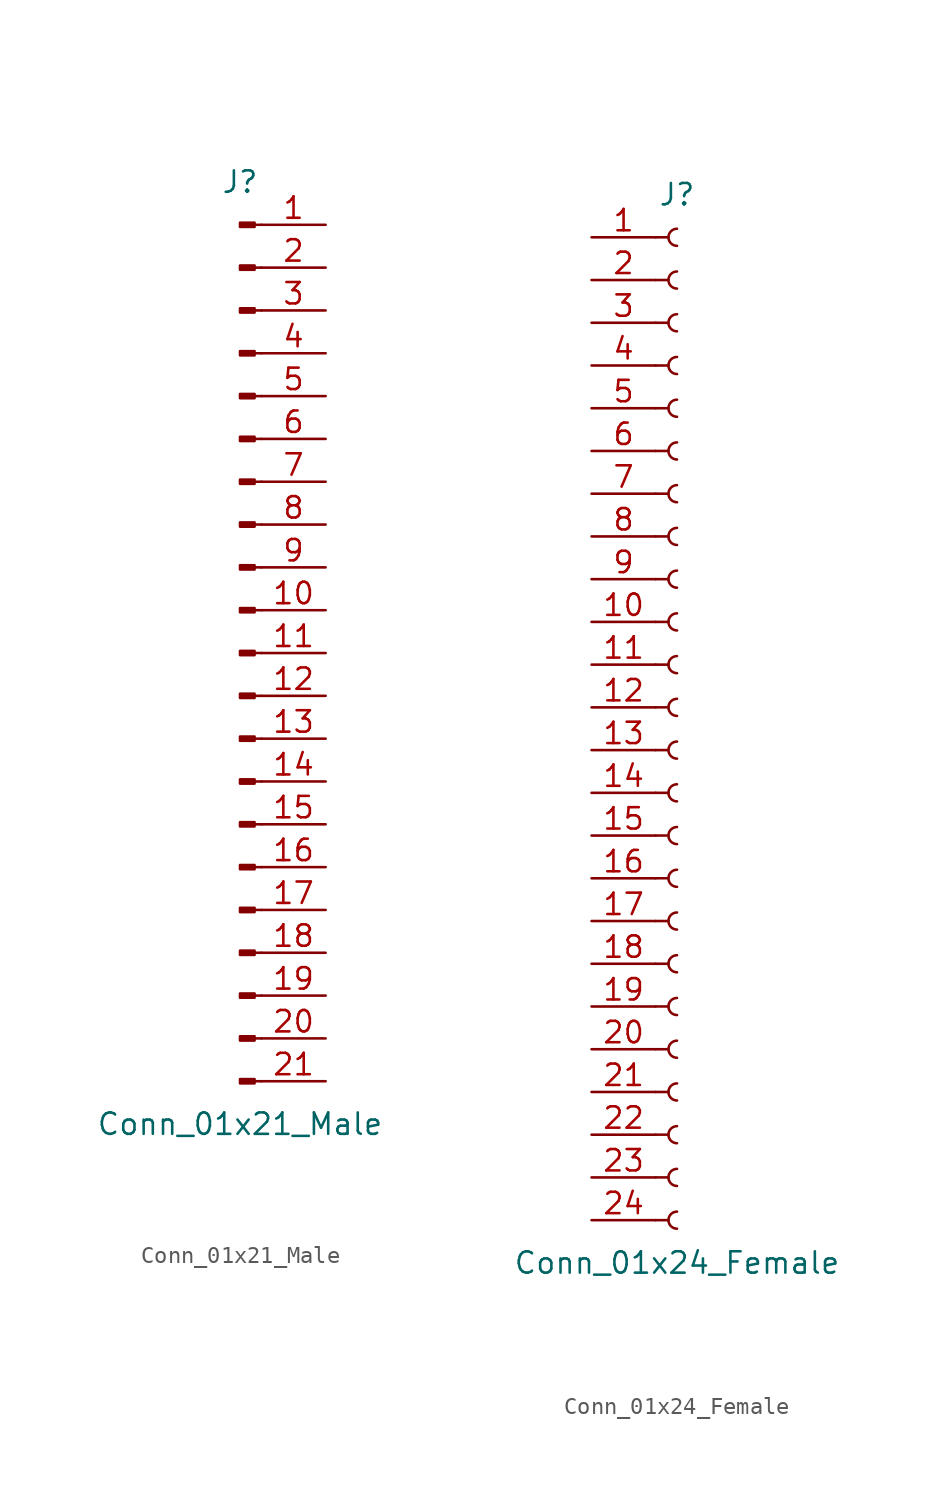
<source format=kicad_sym>
(kicad_symbol_lib
  (version 20201005)
  (generator kicad_symbol_editor)
  (symbol "Conn_01x21_Male"
    (pin_names
      (offset 1.016) hide)
    (property "Reference" "J"
      (at 0 27.94 0)
      (effects (font (size 1.27 1.27))))
    (property "Value" "Conn_01x21_Male"
      (at 0 -27.94 0)
      (effects (font (size 1.27 1.27))))
    (symbol "Conn_01x21_Male_1_1"
      (rectangle (start 0.864 -25.273) (end 0 -25.527) (stroke (width 0.152)) (fill (type outline)))
      (rectangle (start 0.864 -22.733) (end 0 -22.987) (stroke (width 0.152)) (fill (type outline)))
      (rectangle (start 0.864 -20.193) (end 0 -20.447) (stroke (width 0.152)) (fill (type outline)))
      (rectangle (start 0.864 -17.653) (end 0 -17.907) (stroke (width 0.152)) (fill (type outline)))
      (rectangle (start 0.864 -15.113) (end 0 -15.367) (stroke (width 0.152)) (fill (type outline)))
      (rectangle (start 0.864 -12.573) (end 0 -12.827) (stroke (width 0.152)) (fill (type outline)))
      (rectangle (start 0.864 -10.033) (end 0 -10.287) (stroke (width 0.152)) (fill (type outline)))
      (rectangle (start 0.864 -7.493) (end 0 -7.747) (stroke (width 0.152)) (fill (type outline)))
      (rectangle (start 0.864 -4.953) (end 0 -5.207) (stroke (width 0.152)) (fill (type outline)))
      (rectangle (start 0.864 -2.413) (end 0 -2.667) (stroke (width 0.152)) (fill (type outline)))
      (rectangle (start 0.864 0.127) (end 0 -0.127) (stroke (width 0.152)) (fill (type outline)))
      (rectangle (start 0.864 2.667) (end 0 2.413) (stroke (width 0.152)) (fill (type outline)))
      (rectangle (start 0.864 5.207) (end 0 4.953) (stroke (width 0.152)) (fill (type outline)))
      (rectangle (start 0.864 7.747) (end 0 7.493) (stroke (width 0.152)) (fill (type outline)))
      (rectangle (start 0.864 10.287) (end 0 10.033) (stroke (width 0.152)) (fill (type outline)))
      (rectangle (start 0.864 12.827) (end 0 12.573) (stroke (width 0.152)) (fill (type outline)))
      (rectangle (start 0.864 15.367) (end 0 15.113) (stroke (width 0.152)) (fill (type outline)))
      (rectangle (start 0.864 17.907) (end 0 17.653) (stroke (width 0.152)) (fill (type outline)))
      (rectangle (start 0.864 20.447) (end 0 20.193) (stroke (width 0.152)) (fill (type outline)))
      (rectangle (start 0.864 22.987) (end 0 22.733) (stroke (width 0.152)) (fill (type outline)))
      (rectangle (start 0.864 25.527) (end 0 25.273) (stroke (width 0.152)) (fill (type outline)))
      (polyline (pts (xy 1.27 -25.4) (xy 0.864 -25.4)) (stroke (width 0.152)) (fill (type none)))
      (polyline (pts (xy 1.27 -22.86) (xy 0.864 -22.86)) (stroke (width 0.152)) (fill (type none)))
      (polyline (pts (xy 1.27 -20.32) (xy 0.864 -20.32)) (stroke (width 0.152)) (fill (type none)))
      (polyline (pts (xy 1.27 -17.78) (xy 0.864 -17.78)) (stroke (width 0.152)) (fill (type none)))
      (polyline (pts (xy 1.27 -15.24) (xy 0.864 -15.24)) (stroke (width 0.152)) (fill (type none)))
      (polyline (pts (xy 1.27 -12.7) (xy 0.864 -12.7)) (stroke (width 0.152)) (fill (type none)))
      (polyline (pts (xy 1.27 -10.16) (xy 0.864 -10.16)) (stroke (width 0.152)) (fill (type none)))
      (polyline (pts (xy 1.27 -7.62) (xy 0.864 -7.62)) (stroke (width 0.152)) (fill (type none)))
      (polyline (pts (xy 1.27 -5.08) (xy 0.864 -5.08)) (stroke (width 0.152)) (fill (type none)))
      (polyline (pts (xy 1.27 -2.54) (xy 0.864 -2.54)) (stroke (width 0.152)) (fill (type none)))
      (polyline (pts (xy 1.27 0) (xy 0.864 0)) (stroke (width 0.152)) (fill (type none)))
      (polyline (pts (xy 1.27 2.54) (xy 0.864 2.54)) (stroke (width 0.152)) (fill (type none)))
      (polyline (pts (xy 1.27 5.08) (xy 0.864 5.08)) (stroke (width 0.152)) (fill (type none)))
      (polyline (pts (xy 1.27 7.62) (xy 0.864 7.62)) (stroke (width 0.152)) (fill (type none)))
      (polyline (pts (xy 1.27 10.16) (xy 0.864 10.16)) (stroke (width 0.152)) (fill (type none)))
      (polyline (pts (xy 1.27 12.7) (xy 0.864 12.7)) (stroke (width 0.152)) (fill (type none)))
      (polyline (pts (xy 1.27 15.24) (xy 0.864 15.24)) (stroke (width 0.152)) (fill (type none)))
      (polyline (pts (xy 1.27 17.78) (xy 0.864 17.78)) (stroke (width 0.152)) (fill (type none)))
      (polyline (pts (xy 1.27 20.32) (xy 0.864 20.32)) (stroke (width 0.152)) (fill (type none)))
      (polyline (pts (xy 1.27 22.86) (xy 0.864 22.86)) (stroke (width 0.152)) (fill (type none)))
      (polyline (pts (xy 1.27 25.4) (xy 0.864 25.4)) (stroke (width 0.152)) (fill (type none)))
      (pin passive line (at 5.08 25.4 180) (length 3.81) (name "Pin_1" (effects (font (size 1.27 1.27)))) (number "1" (effects (font (size 1.27 1.27)))))
      (pin passive line (at 5.08 2.54 180) (length 3.81) (name "Pin_10" (effects (font (size 1.27 1.27)))) (number "10" (effects (font (size 1.27 1.27)))))
      (pin passive line (at 5.08 0 180) (length 3.81) (name "Pin_11" (effects (font (size 1.27 1.27)))) (number "11" (effects (font (size 1.27 1.27)))))
      (pin passive line (at 5.08 -2.54 180) (length 3.81) (name "Pin_12" (effects (font (size 1.27 1.27)))) (number "12" (effects (font (size 1.27 1.27)))))
      (pin passive line (at 5.08 -5.08 180) (length 3.81) (name "Pin_13" (effects (font (size 1.27 1.27)))) (number "13" (effects (font (size 1.27 1.27)))))
      (pin passive line (at 5.08 -7.62 180) (length 3.81) (name "Pin_14" (effects (font (size 1.27 1.27)))) (number "14" (effects (font (size 1.27 1.27)))))
      (pin passive line (at 5.08 -10.16 180) (length 3.81) (name "Pin_15" (effects (font (size 1.27 1.27)))) (number "15" (effects (font (size 1.27 1.27)))))
      (pin passive line (at 5.08 -12.7 180) (length 3.81) (name "Pin_16" (effects (font (size 1.27 1.27)))) (number "16" (effects (font (size 1.27 1.27)))))
      (pin passive line (at 5.08 -15.24 180) (length 3.81) (name "Pin_17" (effects (font (size 1.27 1.27)))) (number "17" (effects (font (size 1.27 1.27)))))
      (pin passive line (at 5.08 -17.78 180) (length 3.81) (name "Pin_18" (effects (font (size 1.27 1.27)))) (number "18" (effects (font (size 1.27 1.27)))))
      (pin passive line (at 5.08 -20.32 180) (length 3.81) (name "Pin_19" (effects (font (size 1.27 1.27)))) (number "19" (effects (font (size 1.27 1.27)))))
      (pin passive line (at 5.08 22.86 180) (length 3.81) (name "Pin_2" (effects (font (size 1.27 1.27)))) (number "2" (effects (font (size 1.27 1.27)))))
      (pin passive line (at 5.08 -22.86 180) (length 3.81) (name "Pin_20" (effects (font (size 1.27 1.27)))) (number "20" (effects (font (size 1.27 1.27)))))
      (pin passive line (at 5.08 -25.4 180) (length 3.81) (name "Pin_21" (effects (font (size 1.27 1.27)))) (number "21" (effects (font (size 1.27 1.27)))))
      (pin passive line (at 5.08 20.32 180) (length 3.81) (name "Pin_3" (effects (font (size 1.27 1.27)))) (number "3" (effects (font (size 1.27 1.27)))))
      (pin passive line (at 5.08 17.78 180) (length 3.81) (name "Pin_4" (effects (font (size 1.27 1.27)))) (number "4" (effects (font (size 1.27 1.27)))))
      (pin passive line (at 5.08 15.24 180) (length 3.81) (name "Pin_5" (effects (font (size 1.27 1.27)))) (number "5" (effects (font (size 1.27 1.27)))))
      (pin passive line (at 5.08 12.7 180) (length 3.81) (name "Pin_6" (effects (font (size 1.27 1.27)))) (number "6" (effects (font (size 1.27 1.27)))))
      (pin passive line (at 5.08 10.16 180) (length 3.81) (name "Pin_7" (effects (font (size 1.27 1.27)))) (number "7" (effects (font (size 1.27 1.27)))))
      (pin passive line (at 5.08 7.62 180) (length 3.81) (name "Pin_8" (effects (font (size 1.27 1.27)))) (number "8" (effects (font (size 1.27 1.27)))))
      (pin passive line (at 5.08 5.08 180) (length 3.81) (name "Pin_9" (effects (font (size 1.27 1.27)))) (number "9" (effects (font (size 1.27 1.27)))))))
  (symbol "Conn_01x24_Female"
    (pin_names
      (offset 1.016) hide)
    (property "Reference" "J"
      (at 0 30.48 0)
      (effects (font (size 1.27 1.27))))
    (property "Value" "Conn_01x24_Female"
      (at 0 -33.02 0)
      (effects (font (size 1.27 1.27))))
    (symbol "Conn_01x24_Female_1_1"
      (arc (start 0 -29.972) (end 0 -30.988) (radius (at 0 -30.48) (length 0.508) (angles 90.1 -90.1)) (stroke (width 0.1524)) (fill (type none)))
      (arc (start 0 -27.432) (end 0 -28.448) (radius (at 0 -27.94) (length 0.508) (angles 90.1 -90.1)) (stroke (width 0.1524)) (fill (type none)))
      (arc (start 0 -24.892) (end 0 -25.908) (radius (at 0 -25.4) (length 0.508) (angles 90.1 -90.1)) (stroke (width 0.1524)) (fill (type none)))
      (arc (start 0 -22.352) (end 0 -23.368) (radius (at 0 -22.86) (length 0.508) (angles 90.1 -90.1)) (stroke (width 0.1524)) (fill (type none)))
      (arc (start 0 -19.812) (end 0 -20.828) (radius (at 0 -20.32) (length 0.508) (angles 90.1 -90.1)) (stroke (width 0.1524)) (fill (type none)))
      (arc (start 0 -17.272) (end 0 -18.288) (radius (at 0 -17.78) (length 0.508) (angles 90.1 -90.1)) (stroke (width 0.1524)) (fill (type none)))
      (arc (start 0 -14.732) (end 0 -15.748) (radius (at 0 -15.24) (length 0.508) (angles 90.1 -90.1)) (stroke (width 0.1524)) (fill (type none)))
      (arc (start 0 -12.192) (end 0 -13.208) (radius (at 0 -12.7) (length 0.508) (angles 90.1 -90.1)) (stroke (width 0.1524)) (fill (type none)))
      (arc (start 0 -9.652) (end 0 -10.668) (radius (at 0 -10.16) (length 0.508) (angles 90.1 -90.1)) (stroke (width 0.1524)) (fill (type none)))
      (arc (start 0 -7.112) (end 0 -8.128) (radius (at 0 -7.62) (length 0.508) (angles 90.1 -90.1)) (stroke (width 0.1524)) (fill (type none)))
      (arc (start 0 -4.572) (end 0 -5.588) (radius (at 0 -5.08) (length 0.508) (angles 90.1 -90.1)) (stroke (width 0.1524)) (fill (type none)))
      (arc (start 0 -2.032) (end 0 -3.048) (radius (at 0 -2.54) (length 0.508) (angles 90.1 -90.1)) (stroke (width 0.1524)) (fill (type none)))
      (arc (start 0 0.508) (end 0 -0.508) (radius (at 0 0) (length 0.508) (angles 90.1 -90.1)) (stroke (width 0.1524)) (fill (type none)))
      (arc (start 0 3.048) (end 0 2.032) (radius (at 0 2.54) (length 0.508) (angles 90.1 -90.1)) (stroke (width 0.1524)) (fill (type none)))
      (arc (start 0 5.588) (end 0 4.572) (radius (at 0 5.08) (length 0.508) (angles 90.1 -90.1)) (stroke (width 0.1524)) (fill (type none)))
      (arc (start 0 8.128) (end 0 7.112) (radius (at 0 7.62) (length 0.508) (angles 90.1 -90.1)) (stroke (width 0.1524)) (fill (type none)))
      (arc (start 0 10.668) (end 0 9.652) (radius (at 0 10.16) (length 0.508) (angles 90.1 -90.1)) (stroke (width 0.1524)) (fill (type none)))
      (arc (start 0 13.208) (end 0 12.192) (radius (at 0 12.7) (length 0.508) (angles 90.1 -90.1)) (stroke (width 0.1524)) (fill (type none)))
      (arc (start 0 15.748) (end 0 14.732) (radius (at 0 15.24) (length 0.508) (angles 90.1 -90.1)) (stroke (width 0.1524)) (fill (type none)))
      (arc (start 0 18.288) (end 0 17.272) (radius (at 0 17.78) (length 0.508) (angles 90.1 -90.1)) (stroke (width 0.1524)) (fill (type none)))
      (arc (start 0 20.828) (end 0 19.812) (radius (at 0 20.32) (length 0.508) (angles 90.1 -90.1)) (stroke (width 0.1524)) (fill (type none)))
      (arc (start 0 23.368) (end 0 22.352) (radius (at 0 22.86) (length 0.508) (angles 90.1 -90.1)) (stroke (width 0.1524)) (fill (type none)))
      (arc (start 0 25.908) (end 0 24.892) (radius (at 0 25.4) (length 0.508) (angles 90.1 -90.1)) (stroke (width 0.1524)) (fill (type none)))
      (arc (start 0 28.448) (end 0 27.432) (radius (at 0 27.94) (length 0.508) (angles 90.1 -90.1)) (stroke (width 0.1524)) (fill (type none)))
      (polyline (pts (xy -1.27 -30.48) (xy -0.508 -30.48)) (stroke (width 0.152)) (fill (type none)))
      (polyline (pts (xy -1.27 -27.94) (xy -0.508 -27.94)) (stroke (width 0.152)) (fill (type none)))
      (polyline (pts (xy -1.27 -25.4) (xy -0.508 -25.4)) (stroke (width 0.152)) (fill (type none)))
      (polyline (pts (xy -1.27 -22.86) (xy -0.508 -22.86)) (stroke (width 0.152)) (fill (type none)))
      (polyline (pts (xy -1.27 -20.32) (xy -0.508 -20.32)) (stroke (width 0.152)) (fill (type none)))
      (polyline (pts (xy -1.27 -17.78) (xy -0.508 -17.78)) (stroke (width 0.152)) (fill (type none)))
      (polyline (pts (xy -1.27 -15.24) (xy -0.508 -15.24)) (stroke (width 0.152)) (fill (type none)))
      (polyline (pts (xy -1.27 -12.7) (xy -0.508 -12.7)) (stroke (width 0.152)) (fill (type none)))
      (polyline (pts (xy -1.27 -10.16) (xy -0.508 -10.16)) (stroke (width 0.152)) (fill (type none)))
      (polyline (pts (xy -1.27 -7.62) (xy -0.508 -7.62)) (stroke (width 0.152)) (fill (type none)))
      (polyline (pts (xy -1.27 -5.08) (xy -0.508 -5.08)) (stroke (width 0.152)) (fill (type none)))
      (polyline (pts (xy -1.27 -2.54) (xy -0.508 -2.54)) (stroke (width 0.152)) (fill (type none)))
      (polyline (pts (xy -1.27 0) (xy -0.508 0)) (stroke (width 0.152)) (fill (type none)))
      (polyline (pts (xy -1.27 2.54) (xy -0.508 2.54)) (stroke (width 0.152)) (fill (type none)))
      (polyline (pts (xy -1.27 5.08) (xy -0.508 5.08)) (stroke (width 0.152)) (fill (type none)))
      (polyline (pts (xy -1.27 7.62) (xy -0.508 7.62)) (stroke (width 0.152)) (fill (type none)))
      (polyline (pts (xy -1.27 10.16) (xy -0.508 10.16)) (stroke (width 0.152)) (fill (type none)))
      (polyline (pts (xy -1.27 12.7) (xy -0.508 12.7)) (stroke (width 0.152)) (fill (type none)))
      (polyline (pts (xy -1.27 15.24) (xy -0.508 15.24)) (stroke (width 0.152)) (fill (type none)))
      (polyline (pts (xy -1.27 17.78) (xy -0.508 17.78)) (stroke (width 0.152)) (fill (type none)))
      (polyline (pts (xy -1.27 20.32) (xy -0.508 20.32)) (stroke (width 0.152)) (fill (type none)))
      (polyline (pts (xy -1.27 22.86) (xy -0.508 22.86)) (stroke (width 0.152)) (fill (type none)))
      (polyline (pts (xy -1.27 25.4) (xy -0.508 25.4)) (stroke (width 0.152)) (fill (type none)))
      (polyline (pts (xy -1.27 27.94) (xy -0.508 27.94)) (stroke (width 0.152)) (fill (type none)))
      (pin passive line (at -5.08 27.94 0) (length 3.81) (name "Pin_1" (effects (font (size 1.27 1.27)))) (number "1" (effects (font (size 1.27 1.27)))))
      (pin passive line (at -5.08 5.08 0) (length 3.81) (name "Pin_10" (effects (font (size 1.27 1.27)))) (number "10" (effects (font (size 1.27 1.27)))))
      (pin passive line (at -5.08 2.54 0) (length 3.81) (name "Pin_11" (effects (font (size 1.27 1.27)))) (number "11" (effects (font (size 1.27 1.27)))))
      (pin passive line (at -5.08 0 0) (length 3.81) (name "Pin_12" (effects (font (size 1.27 1.27)))) (number "12" (effects (font (size 1.27 1.27)))))
      (pin passive line (at -5.08 -2.54 0) (length 3.81) (name "Pin_13" (effects (font (size 1.27 1.27)))) (number "13" (effects (font (size 1.27 1.27)))))
      (pin passive line (at -5.08 -5.08 0) (length 3.81) (name "Pin_14" (effects (font (size 1.27 1.27)))) (number "14" (effects (font (size 1.27 1.27)))))
      (pin passive line (at -5.08 -7.62 0) (length 3.81) (name "Pin_15" (effects (font (size 1.27 1.27)))) (number "15" (effects (font (size 1.27 1.27)))))
      (pin passive line (at -5.08 -10.16 0) (length 3.81) (name "Pin_16" (effects (font (size 1.27 1.27)))) (number "16" (effects (font (size 1.27 1.27)))))
      (pin passive line (at -5.08 -12.7 0) (length 3.81) (name "Pin_17" (effects (font (size 1.27 1.27)))) (number "17" (effects (font (size 1.27 1.27)))))
      (pin passive line (at -5.08 -15.24 0) (length 3.81) (name "Pin_18" (effects (font (size 1.27 1.27)))) (number "18" (effects (font (size 1.27 1.27)))))
      (pin passive line (at -5.08 -17.78 0) (length 3.81) (name "Pin_19" (effects (font (size 1.27 1.27)))) (number "19" (effects (font (size 1.27 1.27)))))
      (pin passive line (at -5.08 25.4 0) (length 3.81) (name "Pin_2" (effects (font (size 1.27 1.27)))) (number "2" (effects (font (size 1.27 1.27)))))
      (pin passive line (at -5.08 -20.32 0) (length 3.81) (name "Pin_20" (effects (font (size 1.27 1.27)))) (number "20" (effects (font (size 1.27 1.27)))))
      (pin passive line (at -5.08 -22.86 0) (length 3.81) (name "Pin_21" (effects (font (size 1.27 1.27)))) (number "21" (effects (font (size 1.27 1.27)))))
      (pin passive line (at -5.08 -25.4 0) (length 3.81) (name "Pin_22" (effects (font (size 1.27 1.27)))) (number "22" (effects (font (size 1.27 1.27)))))
      (pin passive line (at -5.08 -27.94 0) (length 3.81) (name "Pin_23" (effects (font (size 1.27 1.27)))) (number "23" (effects (font (size 1.27 1.27)))))
      (pin passive line (at -5.08 -30.48 0) (length 3.81) (name "Pin_24" (effects (font (size 1.27 1.27)))) (number "24" (effects (font (size 1.27 1.27)))))
      (pin passive line (at -5.08 22.86 0) (length 3.81) (name "Pin_3" (effects (font (size 1.27 1.27)))) (number "3" (effects (font (size 1.27 1.27)))))
      (pin passive line (at -5.08 20.32 0) (length 3.81) (name "Pin_4" (effects (font (size 1.27 1.27)))) (number "4" (effects (font (size 1.27 1.27)))))
      (pin passive line (at -5.08 17.78 0) (length 3.81) (name "Pin_5" (effects (font (size 1.27 1.27)))) (number "5" (effects (font (size 1.27 1.27)))))
      (pin passive line (at -5.08 15.24 0) (length 3.81) (name "Pin_6" (effects (font (size 1.27 1.27)))) (number "6" (effects (font (size 1.27 1.27)))))
      (pin passive line (at -5.08 12.7 0) (length 3.81) (name "Pin_7" (effects (font (size 1.27 1.27)))) (number "7" (effects (font (size 1.27 1.27)))))
      (pin passive line (at -5.08 10.16 0) (length 3.81) (name "Pin_8" (effects (font (size 1.27 1.27)))) (number "8" (effects (font (size 1.27 1.27)))))
      (pin passive line (at -5.08 7.62 0) (length 3.81) (name "Pin_9" (effects (font (size 1.27 1.27)))) (number "9" (effects (font (size 1.27 1.27))))))))
</source>
